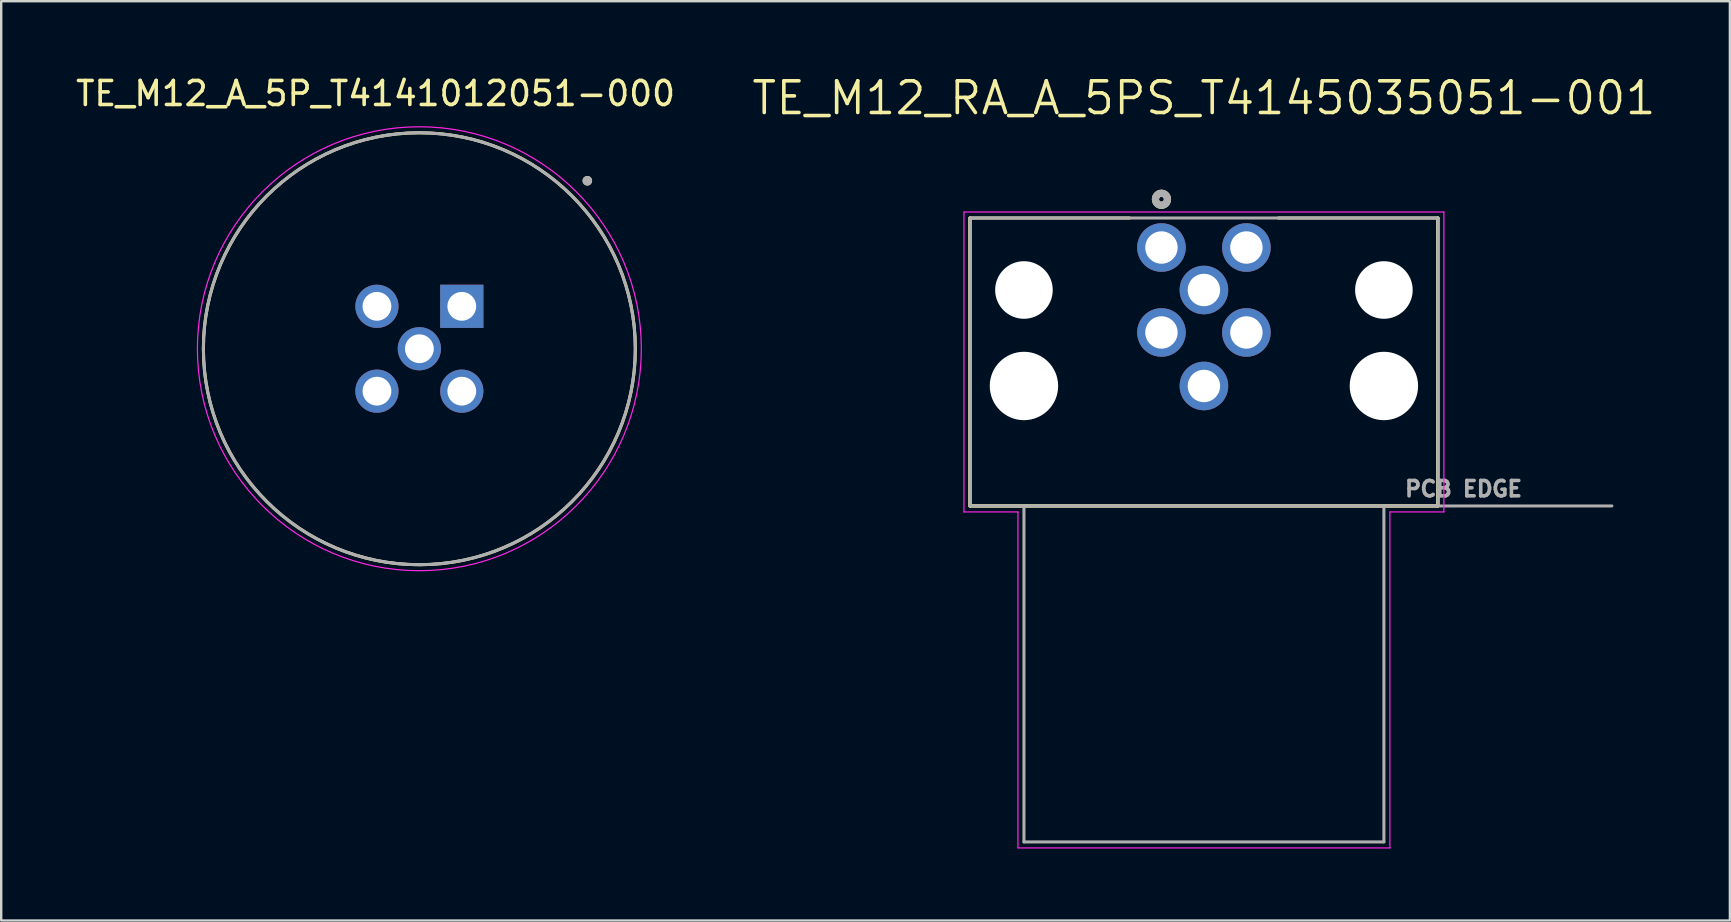
<source format=kicad_pcb>
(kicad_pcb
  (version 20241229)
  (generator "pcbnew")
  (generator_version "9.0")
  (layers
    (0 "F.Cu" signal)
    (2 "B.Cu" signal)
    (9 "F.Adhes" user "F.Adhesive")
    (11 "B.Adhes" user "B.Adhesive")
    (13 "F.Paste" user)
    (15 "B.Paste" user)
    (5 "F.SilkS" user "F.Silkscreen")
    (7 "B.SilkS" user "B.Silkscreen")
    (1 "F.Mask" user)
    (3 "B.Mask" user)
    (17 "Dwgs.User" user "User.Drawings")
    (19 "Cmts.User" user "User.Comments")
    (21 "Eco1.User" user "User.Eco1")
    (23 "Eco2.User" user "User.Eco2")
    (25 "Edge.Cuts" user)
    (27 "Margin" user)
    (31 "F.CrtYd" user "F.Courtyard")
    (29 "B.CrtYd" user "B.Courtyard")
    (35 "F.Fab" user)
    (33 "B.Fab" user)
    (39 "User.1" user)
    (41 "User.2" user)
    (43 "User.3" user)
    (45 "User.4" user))
  (footprint "TE_M12_RA_A_5PS_T4145035051-001"
    (layer "F.Cu")
    (at 47.121 9.035)
    (property "Reference" "TE_M12_RA_A_5PS_T4145035051-001" (at 0 -8 0) (layer "F.SilkS") (effects (font (size 1.32 1.32) (thickness 0.15))))
    (attr through_hole)
    (fp_line (start -9.75 -3) (end -3.103 -3) (stroke (width 0.127) (type solid)) (layer "F.SilkS"))
    (fp_line (start -9.75 9) (end -9.75 -3) (stroke (width 0.127) (type solid)) (layer "F.SilkS"))
    (fp_line (start -9.75 9) (end -9.75 -3) (stroke (width 0.127) (type solid)) (layer "F.SilkS"))
    (fp_line (start -9.75 9) (end -7.5 9) (stroke (width 0.127) (type solid)) (layer "F.SilkS"))
    (fp_line (start -9.75 9) (end 9.75 9) (stroke (width 0.127) (type solid)) (layer "F.SilkS"))
    (fp_line (start -7.5 9) (end 7.5 9) (stroke (width 0.127) (type solid)) (layer "F.SilkS"))
    (fp_line (start 3.103 -3) (end 9.75 -3) (stroke (width 0.127) (type solid)) (layer "F.SilkS"))
    (fp_line (start 7.5 9) (end 9.75 9) (stroke (width 0.127) (type solid)) (layer "F.SilkS"))
    (fp_line (start 9.75 -3) (end 9.75 9) (stroke (width 0.127) (type solid)) (layer "F.SilkS"))
    (fp_line (start 9.75 -3) (end 9.75 9) (stroke (width 0.127) (type solid)) (layer "F.SilkS"))
    (fp_circle (center -1.77 -3.781) (end -1.67 -3.781) (stroke (width 0.3) (type solid)) (fill no) (layer "F.SilkS"))
    (fp_line (start -10 -3.25) (end 10 -3.25) (stroke (width 0.05) (type solid)) (layer "F.CrtYd"))
    (fp_line (start -10 9.25) (end -10 -3.25) (stroke (width 0.05) (type solid)) (layer "F.CrtYd"))
    (fp_line (start -7.75 9.25) (end -10 9.25) (stroke (width 0.05) (type solid)) (layer "F.CrtYd"))
    (fp_line (start -7.75 23.25) (end -7.75 9.25) (stroke (width 0.05) (type solid)) (layer "F.CrtYd"))
    (fp_line (start 7.75 9.25) (end 7.75 23.25) (stroke (width 0.05) (type solid)) (layer "F.CrtYd"))
    (fp_line (start 7.75 23.25) (end -7.75 23.25) (stroke (width 0.05) (type solid)) (layer "F.CrtYd"))
    (fp_line (start 10 -3.25) (end 10 9.25) (stroke (width 0.05) (type solid)) (layer "F.CrtYd"))
    (fp_line (start 10 9.25) (end 7.75 9.25) (stroke (width 0.05) (type solid)) (layer "F.CrtYd"))
    (fp_line (start -9.75 -3) (end 9.75 -3) (stroke (width 0.127) (type solid)) (layer "F.Fab"))
    (fp_line (start -9.75 9) (end -9.75 -3) (stroke (width 0.127) (type solid)) (layer "F.Fab"))
    (fp_line (start -9.75 9) (end -7.5 9) (stroke (width 0.127) (type solid)) (layer "F.Fab"))
    (fp_line (start -7.5 9) (end -7.5 23) (stroke (width 0.127) (type solid)) (layer "F.Fab"))
    (fp_line (start -7.5 9) (end 7.5 9) (stroke (width 0.127) (type solid)) (layer "F.Fab"))
    (fp_line (start -7.5 23) (end 7.5 23) (stroke (width 0.127) (type solid)) (layer "F.Fab"))
    (fp_line (start 7.5 9) (end 9.75 9) (stroke (width 0.127) (type solid)) (layer "F.Fab"))
    (fp_line (start 7.5 23) (end 7.5 9) (stroke (width 0.127) (type solid)) (layer "F.Fab"))
    (fp_line (start 9.75 -3) (end 9.75 9) (stroke (width 0.127) (type solid)) (layer "F.Fab"))
    (fp_line (start 9.75 9) (end 17 9) (stroke (width 0.127) (type solid)) (layer "F.Fab"))
    (fp_circle (center -1.77 -3.781) (end -1.67 -3.781) (stroke (width 0.3) (type solid)) (fill no) (layer "F.Fab"))
    (fp_text user "PCB EDGE" (at 10.819 8.289 0) (layer "F.Fab") (effects (font (size 0.64 0.64) (thickness 0.15))))
    (pad "" np_thru_hole circle (at -7.5 0) (size 2.4 2.4) (drill 2.4) (layers "*.Cu" "*.Mask"))
    (pad "" np_thru_hole circle (at -7.5 4) (size 2.85 2.85) (drill 2.85) (layers "*.Cu" "*.Mask"))
    (pad "" np_thru_hole circle (at 7.5 0) (size 2.4 2.4) (drill 2.4) (layers "*.Cu" "*.Mask"))
    (pad "" np_thru_hole circle (at 7.5 4) (size 2.85 2.85) (drill 2.85) (layers "*.Cu" "*.Mask"))
    (pad "1" thru_hole circle (at -1.77 -1.77) (size 2.025 2.025) (drill 1.35) (layers "*.Cu" "*.Mask"))
    (pad "2" thru_hole circle (at 1.77 -1.77) (size 2.025 2.025) (drill 1.35) (layers "*.Cu" "*.Mask"))
    (pad "3" thru_hole circle (at 1.77 1.77) (size 2.025 2.025) (drill 1.35) (layers "*.Cu" "*.Mask"))
    (pad "4" thru_hole circle (at -1.77 1.77) (size 2.025 2.025) (drill 1.35) (layers "*.Cu" "*.Mask"))
    (pad "5" thru_hole circle (at 0 0) (size 2.025 2.025) (drill 1.35) (layers "*.Cu" "*.Mask"))
    (pad "Shield" thru_hole circle (at 0 4) (size 2.025 2.025) (drill 1.35) (layers "*.Cu" "*.Mask")))
  (footprint "TE_M12_A_5P_T4141012051-000"
    (layer "F.Cu")
    (at 14.426 11.483)
    (property "Reference" "TE_M12_A_5P_T4141012051-000" (at -1.825 -10.635 0) (layer "F.SilkS") (effects (font (size 1 1) (thickness 0.15))))
    (attr through_hole)
    (fp_circle (center 0 0) (end 9 0) (stroke (width 0.127) (type solid)) (fill no) (layer "F.SilkS"))
    (fp_circle (center 7 -7) (end 7.1 -7) (stroke (width 0.2) (type solid)) (fill no) (layer "F.SilkS"))
    (fp_circle (center 0 0) (end 9.25 0) (stroke (width 0.05) (type solid)) (fill no) (layer "F.CrtYd"))
    (fp_circle (center 0 0) (end 9 0) (stroke (width 0.127) (type solid)) (fill no) (layer "F.Fab"))
    (fp_circle (center 7 -7) (end 7.1 -7) (stroke (width 0.2) (type solid)) (fill no) (layer "F.Fab"))
    (pad "1" thru_hole rect (at 1.768 -1.768) (size 1.8 1.8) (drill 1.2) (layers "*.Cu" "*.Mask"))
    (pad "2" thru_hole circle (at -1.768 -1.768) (size 1.8 1.8) (drill 1.2) (layers "*.Cu" "*.Mask"))
    (pad "3" thru_hole circle (at -1.768 1.768) (size 1.8 1.8) (drill 1.2) (layers "*.Cu" "*.Mask"))
    (pad "4" thru_hole circle (at 1.768 1.768) (size 1.8 1.8) (drill 1.2) (layers "*.Cu" "*.Mask"))
    (pad "5" thru_hole circle (at 0 0) (size 1.8 1.8) (drill 1.2) (layers "*.Cu" "*.Mask")))
  (gr_rect
    (start -3 -3)
    (end 69.04 35.31)
    (stroke (width 0.1) (type default))
    (fill no)
    (layer "Edge.Cuts")))
</source>
